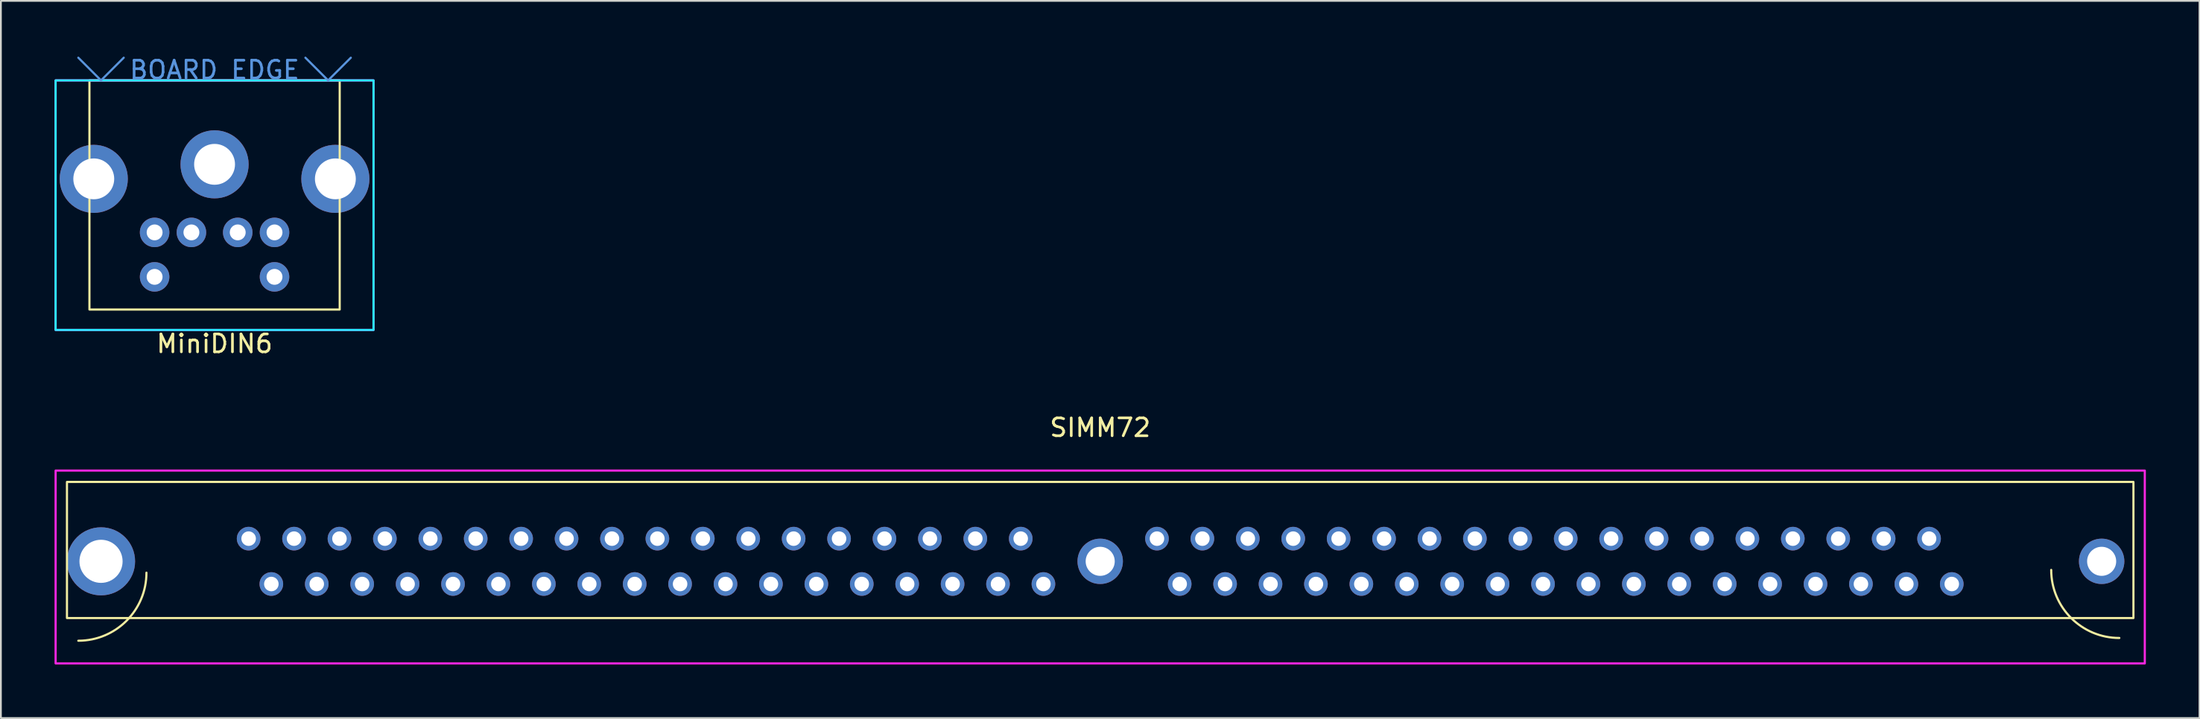
<source format=kicad_pcb>
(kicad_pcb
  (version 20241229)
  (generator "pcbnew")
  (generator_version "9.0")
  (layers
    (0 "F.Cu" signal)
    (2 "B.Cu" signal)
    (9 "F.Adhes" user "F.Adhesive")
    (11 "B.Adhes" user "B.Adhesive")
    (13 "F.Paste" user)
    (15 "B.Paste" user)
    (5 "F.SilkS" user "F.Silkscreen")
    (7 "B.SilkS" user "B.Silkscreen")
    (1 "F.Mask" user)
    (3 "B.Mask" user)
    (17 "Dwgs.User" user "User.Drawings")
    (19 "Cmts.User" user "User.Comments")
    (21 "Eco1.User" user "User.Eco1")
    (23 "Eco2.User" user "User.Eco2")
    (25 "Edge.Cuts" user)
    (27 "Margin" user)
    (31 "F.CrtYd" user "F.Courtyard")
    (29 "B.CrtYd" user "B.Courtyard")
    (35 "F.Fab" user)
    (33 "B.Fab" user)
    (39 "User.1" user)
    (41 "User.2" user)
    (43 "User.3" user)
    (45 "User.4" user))
  (footprint "MiniDIN6"
    (layer "F.Cu")
    (at 8.95 1.45)
    (property "Reference" "MiniDIN6" (at 0 14.74 0) (unlocked yes) (layer "F.SilkS") (effects (font (size 1 1) (thickness 0.15))))
    (attr through_hole)
    (fp_rect (start -6.998 0) (end 6.998 12.827) (stroke (width 0.12) (type default)) (fill no) (layer "F.SilkS"))
    (fp_line (start -6.35 0) (end -7.62 -1.27) (stroke (width 0.12) (type default)) (layer "Cmts.User"))
    (fp_line (start -5.08 -1.27) (end -6.35 0) (stroke (width 0.12) (type default)) (layer "Cmts.User"))
    (fp_line (start 5.08 -1.27) (end 6.35 0) (stroke (width 0.12) (type default)) (layer "Cmts.User"))
    (fp_line (start 6.35 0) (end 7.62 -1.27) (stroke (width 0.12) (type default)) (layer "Cmts.User"))
    (fp_rect (start -8.89 0) (end 8.89 13.97) (stroke (width 0.12) (type default)) (fill no) (layer "B.CrtYd"))
    (fp_rect (start -8.89 0) (end 8.89 13.97) (stroke (width 0.12) (type default)) (fill no) (layer "F.CrtYd"))
    (fp_text user "BOARD EDGE" (at 0 0 0) (unlocked yes) (layer "Cmts.User") (effects (font (size 1 1) (thickness 0.15)) (justify bottom)))
    (pad "0" thru_hole circle (at -6.756 5.512) (size 3.81 3.81) (drill 2.286) (layers "*.Cu" "*.Mask"))
    (pad "0" thru_hole circle (at 0 4.699) (size 3.81 3.81) (drill 2.286) (layers "*.Cu" "*.Mask"))
    (pad "0" thru_hole circle (at 6.756 5.512) (size 3.81 3.81) (drill 2.286) (layers "*.Cu" "*.Mask"))
    (pad "1" thru_hole circle (at -1.295 8.509) (size 1.651 1.651) (drill 0.889) (layers "*.Cu" "*.Mask"))
    (pad "2" thru_hole circle (at 1.295 8.509) (size 1.651 1.651) (drill 0.889) (layers "*.Cu" "*.Mask"))
    (pad "3" thru_hole circle (at -3.353 8.509) (size 1.651 1.651) (drill 0.889) (layers "*.Cu" "*.Mask"))
    (pad "4" thru_hole circle (at 3.353 8.509) (size 1.651 1.651) (drill 0.889) (layers "*.Cu" "*.Mask"))
    (pad "5" thru_hole circle (at -3.353 10.998) (size 1.651 1.651) (drill 0.889) (layers "*.Cu" "*.Mask"))
    (pad "6" thru_hole circle (at 3.353 10.998) (size 1.651 1.651) (drill 0.889) (layers "*.Cu" "*.Mask")))
  (footprint "SIMM72"
    (layer "F.Cu")
    (at 58.48 28.372)
    (property "Reference" "SIMM72" (at 0 -7.485 0) (unlocked yes) (layer "F.SilkS") (effects (font (size 1 1) (thickness 0.15))))
    (attr through_hole)
    (fp_rect (start 57.785 3.175) (end -57.785 -4.445) (stroke (width 0.12) (type default)) (fill no) (layer "F.SilkS"))
    (fp_arc (start -53.34 0.635) (mid -54.455923 3.329077) (end -57.15 4.445) (stroke (width 0.12) (type default)) (layer "F.SilkS"))
    (fp_arc (start 56.995925 4.290923) (mid 54.301848 3.175) (end 53.185925 0.480923) (stroke (width 0.12) (type default)) (layer "F.SilkS"))
    (fp_rect (start -58.42 -5.08) (end 58.42 5.715) (stroke (width 0.12) (type default)) (fill no) (layer "F.CrtYd"))
    (fp_line (start 56.007 3.175) (end 56.007 -4.826) (stroke (width 0.12) (type default)) (layer "User.1"))
    (pad "" thru_hole circle (at -55.88 0) (size 3.81 3.81) (drill 2.413) (layers "*.Cu" "*.Mask"))
    (pad "" thru_hole circle (at 0 0) (size 2.54 2.54) (drill 1.626) (layers "*.Cu" "*.Mask"))
    (pad "" thru_hole circle (at 56.007 0) (size 2.54 2.54) (drill 1.626) (layers "*.Cu" "*.Mask"))
    (pad "1" thru_hole circle (at 47.625 1.27) (size 1.321 1.321) (drill 0.813) (layers "*.Cu" "*.Mask"))
    (pad "2" thru_hole circle (at 46.355 -1.27) (size 1.321 1.321) (drill 0.813) (layers "*.Cu" "*.Mask"))
    (pad "3" thru_hole circle (at 45.085 1.27) (size 1.321 1.321) (drill 0.813) (layers "*.Cu" "*.Mask"))
    (pad "4" thru_hole circle (at 43.815 -1.27) (size 1.321 1.321) (drill 0.813) (layers "*.Cu" "*.Mask"))
    (pad "5" thru_hole circle (at 42.545 1.27) (size 1.321 1.321) (drill 0.813) (layers "*.Cu" "*.Mask"))
    (pad "6" thru_hole circle (at 41.275 -1.27) (size 1.321 1.321) (drill 0.813) (layers "*.Cu" "*.Mask"))
    (pad "7" thru_hole circle (at 40.005 1.27) (size 1.321 1.321) (drill 0.813) (layers "*.Cu" "*.Mask"))
    (pad "8" thru_hole circle (at 38.735 -1.27) (size 1.321 1.321) (drill 0.813) (layers "*.Cu" "*.Mask"))
    (pad "9" thru_hole circle (at 37.465 1.27) (size 1.321 1.321) (drill 0.813) (layers "*.Cu" "*.Mask"))
    (pad "10" thru_hole circle (at 36.195 -1.27) (size 1.321 1.321) (drill 0.813) (layers "*.Cu" "*.Mask"))
    (pad "11" thru_hole circle (at 34.925 1.27) (size 1.321 1.321) (drill 0.813) (layers "*.Cu" "*.Mask"))
    (pad "12" thru_hole circle (at 33.655 -1.27) (size 1.321 1.321) (drill 0.813) (layers "*.Cu" "*.Mask"))
    (pad "13" thru_hole circle (at 32.385 1.27) (size 1.321 1.321) (drill 0.813) (layers "*.Cu" "*.Mask"))
    (pad "14" thru_hole circle (at 31.115 -1.27) (size 1.321 1.321) (drill 0.813) (layers "*.Cu" "*.Mask"))
    (pad "15" thru_hole circle (at 29.845 1.27) (size 1.321 1.321) (drill 0.813) (layers "*.Cu" "*.Mask"))
    (pad "16" thru_hole circle (at 28.575 -1.27) (size 1.321 1.321) (drill 0.813) (layers "*.Cu" "*.Mask"))
    (pad "17" thru_hole circle (at 27.305 1.27) (size 1.321 1.321) (drill 0.813) (layers "*.Cu" "*.Mask"))
    (pad "18" thru_hole circle (at 26.035 -1.27) (size 1.321 1.321) (drill 0.813) (layers "*.Cu" "*.Mask"))
    (pad "19" thru_hole circle (at 24.765 1.27) (size 1.321 1.321) (drill 0.813) (layers "*.Cu" "*.Mask"))
    (pad "20" thru_hole circle (at 23.495 -1.27) (size 1.321 1.321) (drill 0.813) (layers "*.Cu" "*.Mask"))
    (pad "21" thru_hole circle (at 22.225 1.27) (size 1.321 1.321) (drill 0.813) (layers "*.Cu" "*.Mask"))
    (pad "22" thru_hole circle (at 20.955 -1.27) (size 1.321 1.321) (drill 0.813) (layers "*.Cu" "*.Mask"))
    (pad "23" thru_hole circle (at 19.685 1.27) (size 1.321 1.321) (drill 0.813) (layers "*.Cu" "*.Mask"))
    (pad "24" thru_hole circle (at 18.415 -1.27) (size 1.321 1.321) (drill 0.813) (layers "*.Cu" "*.Mask"))
    (pad "25" thru_hole circle (at 17.145 1.27) (size 1.321 1.321) (drill 0.813) (layers "*.Cu" "*.Mask"))
    (pad "26" thru_hole circle (at 15.875 -1.27) (size 1.321 1.321) (drill 0.813) (layers "*.Cu" "*.Mask"))
    (pad "27" thru_hole circle (at 14.605 1.27) (size 1.321 1.321) (drill 0.813) (layers "*.Cu" "*.Mask"))
    (pad "28" thru_hole circle (at 13.335 -1.27) (size 1.321 1.321) (drill 0.813) (layers "*.Cu" "*.Mask"))
    (pad "29" thru_hole circle (at 12.065 1.27) (size 1.321 1.321) (drill 0.813) (layers "*.Cu" "*.Mask"))
    (pad "30" thru_hole circle (at 10.795 -1.27) (size 1.321 1.321) (drill 0.813) (layers "*.Cu" "*.Mask"))
    (pad "31" thru_hole circle (at 9.525 1.27) (size 1.321 1.321) (drill 0.813) (layers "*.Cu" "*.Mask"))
    (pad "32" thru_hole circle (at 8.255 -1.27) (size 1.321 1.321) (drill 0.813) (layers "*.Cu" "*.Mask"))
    (pad "33" thru_hole circle (at 6.985 1.27) (size 1.321 1.321) (drill 0.813) (layers "*.Cu" "*.Mask"))
    (pad "34" thru_hole circle (at 5.715 -1.27) (size 1.321 1.321) (drill 0.813) (layers "*.Cu" "*.Mask"))
    (pad "35" thru_hole circle (at 4.445 1.27) (size 1.321 1.321) (drill 0.813) (layers "*.Cu" "*.Mask"))
    (pad "36" thru_hole circle (at 3.175 -1.27) (size 1.321 1.321) (drill 0.813) (layers "*.Cu" "*.Mask"))
    (pad "37" thru_hole circle (at -3.175 1.27) (size 1.321 1.321) (drill 0.813) (layers "*.Cu" "*.Mask"))
    (pad "38" thru_hole circle (at -4.445 -1.27) (size 1.321 1.321) (drill 0.813) (layers "*.Cu" "*.Mask"))
    (pad "39" thru_hole circle (at -5.715 1.27) (size 1.321 1.321) (drill 0.813) (layers "*.Cu" "*.Mask"))
    (pad "40" thru_hole circle (at -6.985 -1.27) (size 1.321 1.321) (drill 0.813) (layers "*.Cu" "*.Mask"))
    (pad "41" thru_hole circle (at -8.255 1.27) (size 1.321 1.321) (drill 0.813) (layers "*.Cu" "*.Mask"))
    (pad "42" thru_hole circle (at -9.525 -1.27) (size 1.321 1.321) (drill 0.813) (layers "*.Cu" "*.Mask"))
    (pad "43" thru_hole circle (at -10.795 1.27) (size 1.321 1.321) (drill 0.813) (layers "*.Cu" "*.Mask"))
    (pad "44" thru_hole circle (at -12.065 -1.27) (size 1.321 1.321) (drill 0.813) (layers "*.Cu" "*.Mask"))
    (pad "45" thru_hole circle (at -13.335 1.27) (size 1.321 1.321) (drill 0.813) (layers "*.Cu" "*.Mask"))
    (pad "46" thru_hole circle (at -14.605 -1.27) (size 1.321 1.321) (drill 0.813) (layers "*.Cu" "*.Mask"))
    (pad "47" thru_hole circle (at -15.875 1.27) (size 1.321 1.321) (drill 0.813) (layers "*.Cu" "*.Mask"))
    (pad "48" thru_hole circle (at -17.145 -1.27) (size 1.321 1.321) (drill 0.813) (layers "*.Cu" "*.Mask"))
    (pad "49" thru_hole circle (at -18.415 1.27) (size 1.321 1.321) (drill 0.813) (layers "*.Cu" "*.Mask"))
    (pad "50" thru_hole circle (at -19.685 -1.27) (size 1.321 1.321) (drill 0.813) (layers "*.Cu" "*.Mask"))
    (pad "51" thru_hole circle (at -20.955 1.27) (size 1.321 1.321) (drill 0.813) (layers "*.Cu" "*.Mask"))
    (pad "52" thru_hole circle (at -22.225 -1.27) (size 1.321 1.321) (drill 0.813) (layers "*.Cu" "*.Mask"))
    (pad "53" thru_hole circle (at -23.495 1.27) (size 1.321 1.321) (drill 0.813) (layers "*.Cu" "*.Mask"))
    (pad "54" thru_hole circle (at -24.765 -1.27) (size 1.321 1.321) (drill 0.813) (layers "*.Cu" "*.Mask"))
    (pad "55" thru_hole circle (at -26.035 1.27) (size 1.321 1.321) (drill 0.813) (layers "*.Cu" "*.Mask"))
    (pad "56" thru_hole circle (at -27.305 -1.27) (size 1.321 1.321) (drill 0.813) (layers "*.Cu" "*.Mask"))
    (pad "57" thru_hole circle (at -28.575 1.27) (size 1.321 1.321) (drill 0.813) (layers "*.Cu" "*.Mask"))
    (pad "58" thru_hole circle (at -29.845 -1.27) (size 1.321 1.321) (drill 0.813) (layers "*.Cu" "*.Mask"))
    (pad "59" thru_hole circle (at -31.115 1.27) (size 1.321 1.321) (drill 0.813) (layers "*.Cu" "*.Mask"))
    (pad "60" thru_hole circle (at -32.385 -1.27) (size 1.321 1.321) (drill 0.813) (layers "*.Cu" "*.Mask"))
    (pad "61" thru_hole circle (at -33.655 1.27) (size 1.321 1.321) (drill 0.813) (layers "*.Cu" "*.Mask"))
    (pad "62" thru_hole circle (at -34.925 -1.27) (size 1.321 1.321) (drill 0.813) (layers "*.Cu" "*.Mask"))
    (pad "63" thru_hole circle (at -36.195 1.27) (size 1.321 1.321) (drill 0.813) (layers "*.Cu" "*.Mask"))
    (pad "64" thru_hole circle (at -37.465 -1.27) (size 1.321 1.321) (drill 0.813) (layers "*.Cu" "*.Mask"))
    (pad "65" thru_hole circle (at -38.735 1.27) (size 1.321 1.321) (drill 0.813) (layers "*.Cu" "*.Mask"))
    (pad "66" thru_hole circle (at -40.005 -1.27) (size 1.321 1.321) (drill 0.813) (layers "*.Cu" "*.Mask"))
    (pad "67" thru_hole circle (at -41.275 1.27) (size 1.321 1.321) (drill 0.813) (layers "*.Cu" "*.Mask"))
    (pad "68" thru_hole circle (at -42.545 -1.27) (size 1.321 1.321) (drill 0.813) (layers "*.Cu" "*.Mask"))
    (pad "69" thru_hole circle (at -43.815 1.27) (size 1.321 1.321) (drill 0.813) (layers "*.Cu" "*.Mask"))
    (pad "70" thru_hole circle (at -45.085 -1.27) (size 1.321 1.321) (drill 0.813) (layers "*.Cu" "*.Mask"))
    (pad "71" thru_hole circle (at -46.355 1.27) (size 1.321 1.321) (drill 0.813) (layers "*.Cu" "*.Mask"))
    (pad "72" thru_hole circle (at -47.625 -1.27) (size 1.321 1.321) (drill 0.813) (layers "*.Cu" "*.Mask")))
  (gr_rect
    (start -3 -3)
    (end 119.96 37.147)
    (stroke (width 0.1) (type default))
    (fill no)
    (layer "Edge.Cuts")))
</source>
